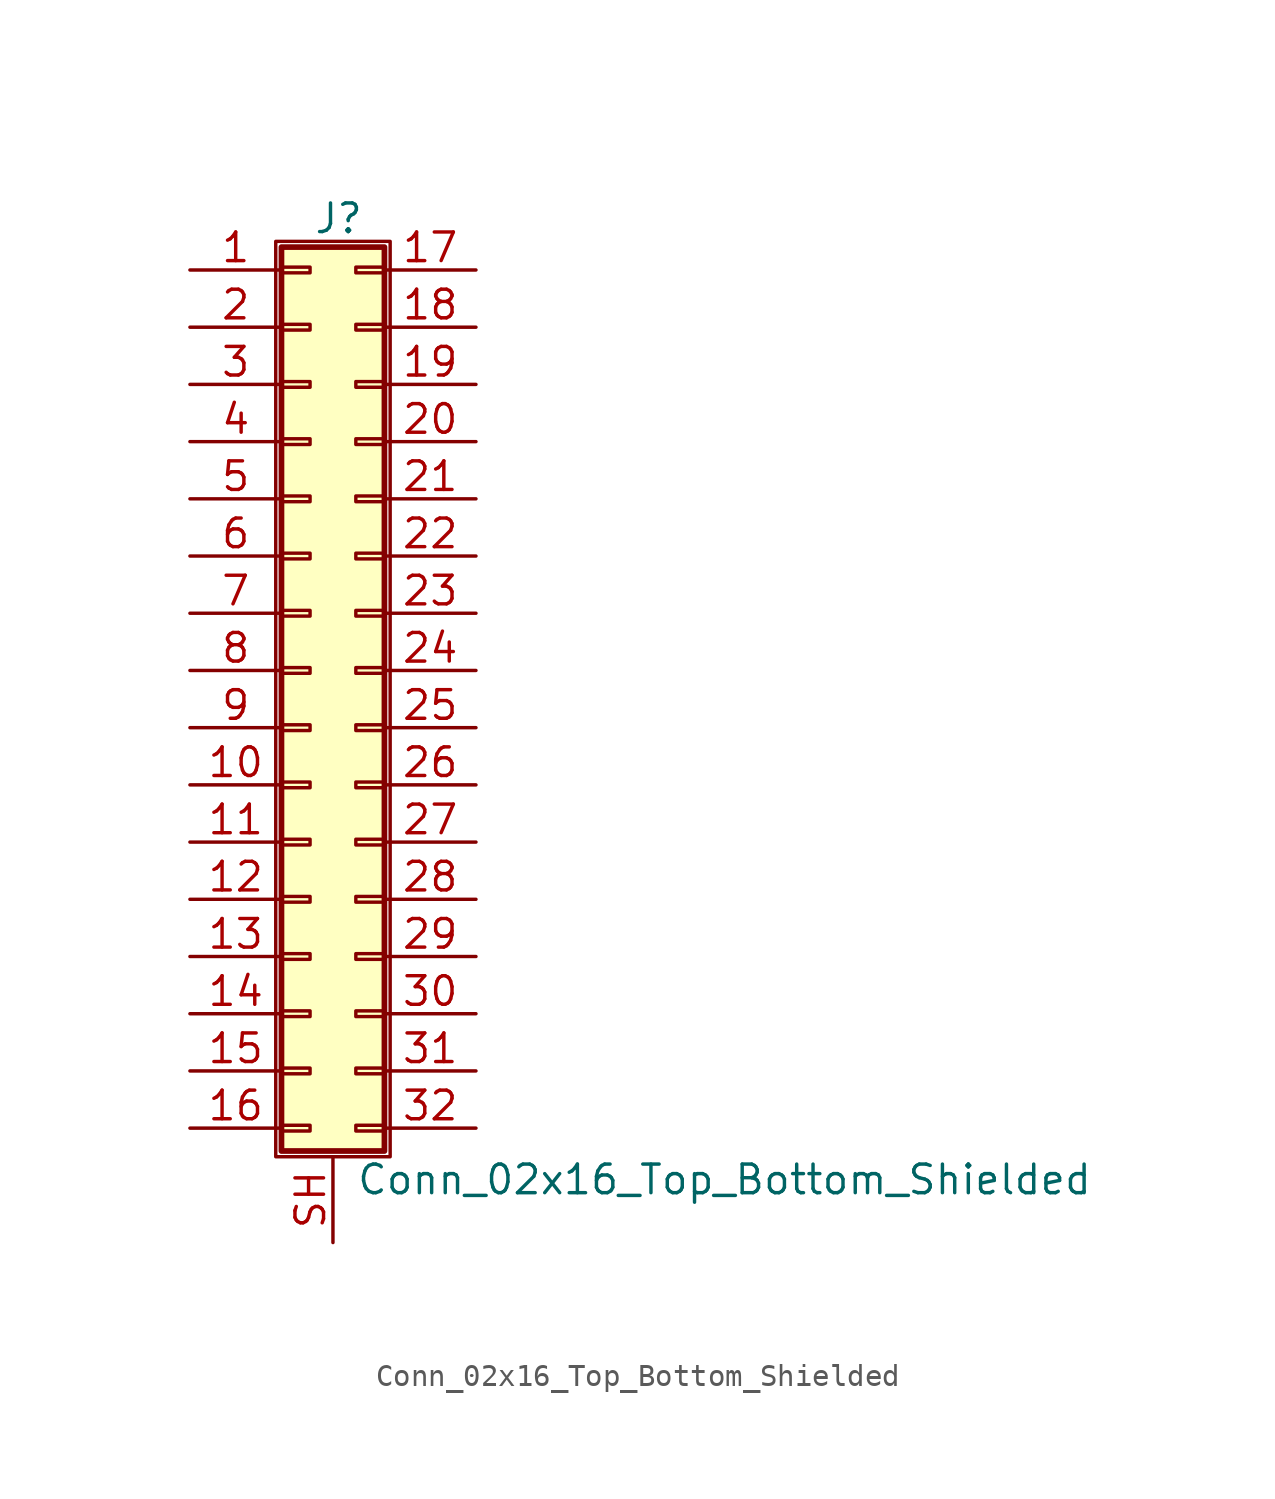
<source format=kicad_sym>
(kicad_symbol_lib
  (version 20211014)
  (generator kicad_symbol_editor)
  (symbol "Conn_02x16_Top_Bottom_Shielded"
    (pin_names
      (offset 1.016) hide)
    (property "Reference" "J"
      (at 1.524 20.066 0)
      (effects (font (size 1.27 1.27))))
    (property "Value" "Conn_02x16_Top_Bottom_Shielded"
      (at 2.286 -22.606 0)
      (effects (font (size 1.27 1.27)) (justify left)))
    (symbol "Conn_02x16_Top_Bottom_Shielded_1_1"
      (rectangle (start -1.27 19.05) (end 3.81 -21.59) (stroke (width 0.152) (type default) (color 0 0 0 0)) (fill (type none)))
      (rectangle (start -1.016 -20.193) (end 0.254 -20.447) (stroke (width 0.152) (type default) (color 0 0 0 0)) (fill (type none)))
      (rectangle (start -1.016 -17.653) (end 0.254 -17.907) (stroke (width 0.152) (type default) (color 0 0 0 0)) (fill (type none)))
      (rectangle (start -1.016 -15.113) (end 0.254 -15.367) (stroke (width 0.152) (type default) (color 0 0 0 0)) (fill (type none)))
      (rectangle (start -1.016 -12.573) (end 0.254 -12.827) (stroke (width 0.152) (type default) (color 0 0 0 0)) (fill (type none)))
      (rectangle (start -1.016 -10.033) (end 0.254 -10.287) (stroke (width 0.152) (type default) (color 0 0 0 0)) (fill (type none)))
      (rectangle (start -1.016 -7.493) (end 0.254 -7.747) (stroke (width 0.152) (type default) (color 0 0 0 0)) (fill (type none)))
      (rectangle (start -1.016 -4.953) (end 0.254 -5.207) (stroke (width 0.152) (type default) (color 0 0 0 0)) (fill (type none)))
      (rectangle (start -1.016 -2.413) (end 0.254 -2.667) (stroke (width 0.152) (type default) (color 0 0 0 0)) (fill (type none)))
      (rectangle (start -1.016 0.127) (end 0.254 -0.127) (stroke (width 0.152) (type default) (color 0 0 0 0)) (fill (type none)))
      (rectangle (start -1.016 2.667) (end 0.254 2.413) (stroke (width 0.152) (type default) (color 0 0 0 0)) (fill (type none)))
      (rectangle (start -1.016 5.207) (end 0.254 4.953) (stroke (width 0.152) (type default) (color 0 0 0 0)) (fill (type none)))
      (rectangle (start -1.016 7.747) (end 0.254 7.493) (stroke (width 0.152) (type default) (color 0 0 0 0)) (fill (type none)))
      (rectangle (start -1.016 10.287) (end 0.254 10.033) (stroke (width 0.152) (type default) (color 0 0 0 0)) (fill (type none)))
      (rectangle (start -1.016 12.827) (end 0.254 12.573) (stroke (width 0.152) (type default) (color 0 0 0 0)) (fill (type none)))
      (rectangle (start -1.016 15.367) (end 0.254 15.113) (stroke (width 0.152) (type default) (color 0 0 0 0)) (fill (type none)))
      (rectangle (start -1.016 17.907) (end 0.254 17.653) (stroke (width 0.152) (type default) (color 0 0 0 0)) (fill (type none)))
      (rectangle (start -1.016 18.796) (end 3.556 -21.336) (stroke (width 0.254) (type default) (color 0 0 0 0)) (fill (type background)))
      (rectangle (start 3.556 -20.193) (end 2.286 -20.447) (stroke (width 0.152) (type default) (color 0 0 0 0)) (fill (type none)))
      (rectangle (start 3.556 -17.653) (end 2.286 -17.907) (stroke (width 0.152) (type default) (color 0 0 0 0)) (fill (type none)))
      (rectangle (start 3.556 -15.113) (end 2.286 -15.367) (stroke (width 0.152) (type default) (color 0 0 0 0)) (fill (type none)))
      (rectangle (start 3.556 -12.573) (end 2.286 -12.827) (stroke (width 0.152) (type default) (color 0 0 0 0)) (fill (type none)))
      (rectangle (start 3.556 -10.033) (end 2.286 -10.287) (stroke (width 0.152) (type default) (color 0 0 0 0)) (fill (type none)))
      (rectangle (start 3.556 -7.493) (end 2.286 -7.747) (stroke (width 0.152) (type default) (color 0 0 0 0)) (fill (type none)))
      (rectangle (start 3.556 -4.953) (end 2.286 -5.207) (stroke (width 0.152) (type default) (color 0 0 0 0)) (fill (type none)))
      (rectangle (start 3.556 -2.413) (end 2.286 -2.667) (stroke (width 0.152) (type default) (color 0 0 0 0)) (fill (type none)))
      (rectangle (start 3.556 0.127) (end 2.286 -0.127) (stroke (width 0.152) (type default) (color 0 0 0 0)) (fill (type none)))
      (rectangle (start 3.556 2.667) (end 2.286 2.413) (stroke (width 0.152) (type default) (color 0 0 0 0)) (fill (type none)))
      (rectangle (start 3.556 5.207) (end 2.286 4.953) (stroke (width 0.152) (type default) (color 0 0 0 0)) (fill (type none)))
      (rectangle (start 3.556 7.747) (end 2.286 7.493) (stroke (width 0.152) (type default) (color 0 0 0 0)) (fill (type none)))
      (rectangle (start 3.556 10.287) (end 2.286 10.033) (stroke (width 0.152) (type default) (color 0 0 0 0)) (fill (type none)))
      (rectangle (start 3.556 12.827) (end 2.286 12.573) (stroke (width 0.152) (type default) (color 0 0 0 0)) (fill (type none)))
      (rectangle (start 3.556 15.367) (end 2.286 15.113) (stroke (width 0.152) (type default) (color 0 0 0 0)) (fill (type none)))
      (rectangle (start 3.556 17.907) (end 2.286 17.653) (stroke (width 0.152) (type default) (color 0 0 0 0)) (fill (type none)))
      (pin passive line (at -5.08 17.78 0) (length 4.064) (name "Pin_1" (effects (font (size 1.27 1.27)))) (number "1" (effects (font (size 1.27 1.27)))))
      (pin passive line (at -5.08 -5.08 0) (length 4.064) (name "Pin_10" (effects (font (size 1.27 1.27)))) (number "10" (effects (font (size 1.27 1.27)))))
      (pin passive line (at -5.08 -7.62 0) (length 4.064) (name "Pin_11" (effects (font (size 1.27 1.27)))) (number "11" (effects (font (size 1.27 1.27)))))
      (pin passive line (at -5.08 -10.16 0) (length 4.064) (name "Pin_12" (effects (font (size 1.27 1.27)))) (number "12" (effects (font (size 1.27 1.27)))))
      (pin passive line (at -5.08 -12.7 0) (length 4.064) (name "Pin_13" (effects (font (size 1.27 1.27)))) (number "13" (effects (font (size 1.27 1.27)))))
      (pin passive line (at -5.08 -15.24 0) (length 4.064) (name "Pin_14" (effects (font (size 1.27 1.27)))) (number "14" (effects (font (size 1.27 1.27)))))
      (pin passive line (at -5.08 -17.78 0) (length 4.064) (name "Pin_15" (effects (font (size 1.27 1.27)))) (number "15" (effects (font (size 1.27 1.27)))))
      (pin passive line (at -5.08 -20.32 0) (length 4.064) (name "Pin_16" (effects (font (size 1.27 1.27)))) (number "16" (effects (font (size 1.27 1.27)))))
      (pin passive line (at 7.62 17.78 180) (length 4.064) (name "Pin_17" (effects (font (size 1.27 1.27)))) (number "17" (effects (font (size 1.27 1.27)))))
      (pin passive line (at 7.62 15.24 180) (length 4.064) (name "Pin_18" (effects (font (size 1.27 1.27)))) (number "18" (effects (font (size 1.27 1.27)))))
      (pin passive line (at 7.62 12.7 180) (length 4.064) (name "Pin_19" (effects (font (size 1.27 1.27)))) (number "19" (effects (font (size 1.27 1.27)))))
      (pin passive line (at -5.08 15.24 0) (length 4.064) (name "Pin_2" (effects (font (size 1.27 1.27)))) (number "2" (effects (font (size 1.27 1.27)))))
      (pin passive line (at 7.62 10.16 180) (length 4.064) (name "Pin_20" (effects (font (size 1.27 1.27)))) (number "20" (effects (font (size 1.27 1.27)))))
      (pin passive line (at 7.62 7.62 180) (length 4.064) (name "Pin_21" (effects (font (size 1.27 1.27)))) (number "21" (effects (font (size 1.27 1.27)))))
      (pin passive line (at 7.62 5.08 180) (length 4.064) (name "Pin_22" (effects (font (size 1.27 1.27)))) (number "22" (effects (font (size 1.27 1.27)))))
      (pin passive line (at 7.62 2.54 180) (length 4.064) (name "Pin_23" (effects (font (size 1.27 1.27)))) (number "23" (effects (font (size 1.27 1.27)))))
      (pin passive line (at 7.62 0 180) (length 4.064) (name "Pin_24" (effects (font (size 1.27 1.27)))) (number "24" (effects (font (size 1.27 1.27)))))
      (pin passive line (at 7.62 -2.54 180) (length 4.064) (name "Pin_25" (effects (font (size 1.27 1.27)))) (number "25" (effects (font (size 1.27 1.27)))))
      (pin passive line (at 7.62 -5.08 180) (length 4.064) (name "Pin_26" (effects (font (size 1.27 1.27)))) (number "26" (effects (font (size 1.27 1.27)))))
      (pin passive line (at 7.62 -7.62 180) (length 4.064) (name "Pin_27" (effects (font (size 1.27 1.27)))) (number "27" (effects (font (size 1.27 1.27)))))
      (pin passive line (at 7.62 -10.16 180) (length 4.064) (name "Pin_28" (effects (font (size 1.27 1.27)))) (number "28" (effects (font (size 1.27 1.27)))))
      (pin passive line (at 7.62 -12.7 180) (length 4.064) (name "Pin_29" (effects (font (size 1.27 1.27)))) (number "29" (effects (font (size 1.27 1.27)))))
      (pin passive line (at -5.08 12.7 0) (length 4.064) (name "Pin_3" (effects (font (size 1.27 1.27)))) (number "3" (effects (font (size 1.27 1.27)))))
      (pin passive line (at 7.62 -15.24 180) (length 4.064) (name "Pin_30" (effects (font (size 1.27 1.27)))) (number "30" (effects (font (size 1.27 1.27)))))
      (pin passive line (at 7.62 -17.78 180) (length 4.064) (name "Pin_31" (effects (font (size 1.27 1.27)))) (number "31" (effects (font (size 1.27 1.27)))))
      (pin passive line (at 7.62 -20.32 180) (length 4.064) (name "Pin_32" (effects (font (size 1.27 1.27)))) (number "32" (effects (font (size 1.27 1.27)))))
      (pin passive line (at -5.08 10.16 0) (length 4.064) (name "Pin_4" (effects (font (size 1.27 1.27)))) (number "4" (effects (font (size 1.27 1.27)))))
      (pin passive line (at -5.08 7.62 0) (length 4.064) (name "Pin_5" (effects (font (size 1.27 1.27)))) (number "5" (effects (font (size 1.27 1.27)))))
      (pin passive line (at -5.08 5.08 0) (length 4.064) (name "Pin_6" (effects (font (size 1.27 1.27)))) (number "6" (effects (font (size 1.27 1.27)))))
      (pin passive line (at -5.08 2.54 0) (length 4.064) (name "Pin_7" (effects (font (size 1.27 1.27)))) (number "7" (effects (font (size 1.27 1.27)))))
      (pin passive line (at -5.08 0 0) (length 4.064) (name "Pin_8" (effects (font (size 1.27 1.27)))) (number "8" (effects (font (size 1.27 1.27)))))
      (pin passive line (at -5.08 -2.54 0) (length 4.064) (name "Pin_9" (effects (font (size 1.27 1.27)))) (number "9" (effects (font (size 1.27 1.27)))))
      (pin passive line (at 1.27 -25.4 90) (length 3.81) (name "Shield" (effects (font (size 1.27 1.27)))) (number "SH" (effects (font (size 1.27 1.27))))))))
</source>
